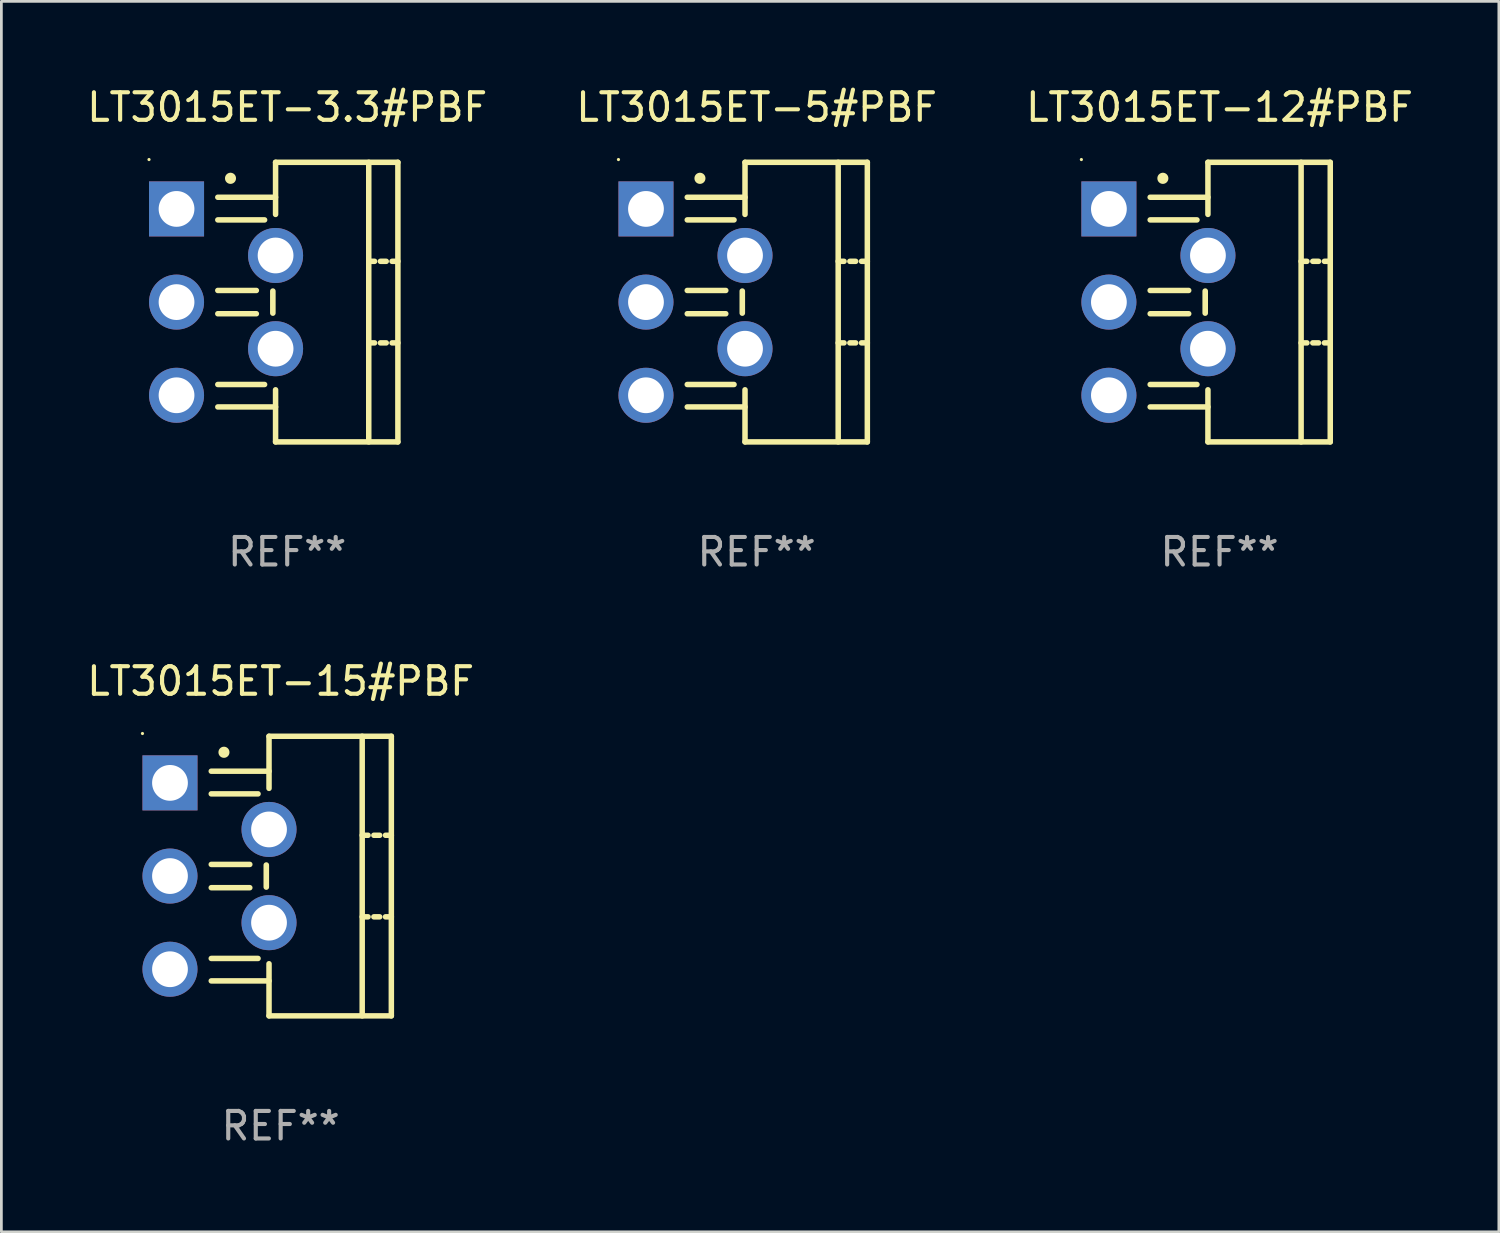
<source format=kicad_pcb>
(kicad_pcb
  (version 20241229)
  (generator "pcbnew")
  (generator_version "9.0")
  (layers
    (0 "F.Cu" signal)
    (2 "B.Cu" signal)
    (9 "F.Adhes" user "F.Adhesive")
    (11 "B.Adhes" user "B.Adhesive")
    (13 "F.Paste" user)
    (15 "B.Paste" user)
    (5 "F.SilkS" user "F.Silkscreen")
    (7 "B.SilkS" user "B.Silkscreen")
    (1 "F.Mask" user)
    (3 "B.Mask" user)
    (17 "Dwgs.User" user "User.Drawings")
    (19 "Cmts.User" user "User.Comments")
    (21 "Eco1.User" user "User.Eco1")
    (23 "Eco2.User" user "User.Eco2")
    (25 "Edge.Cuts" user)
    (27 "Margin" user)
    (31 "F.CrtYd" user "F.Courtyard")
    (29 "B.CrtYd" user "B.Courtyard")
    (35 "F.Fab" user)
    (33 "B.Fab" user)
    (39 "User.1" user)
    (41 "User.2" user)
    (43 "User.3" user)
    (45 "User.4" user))
  (footprint "LT3015ET-15#PBF"
    (layer "F.Cu")
    (at 7.149 28.785)
    (property "Reference" "LT3015ET-15#PBF" (at 0 -7.08 0) (layer "F.SilkS") (effects (font (size 1 1) (thickness 0.15))))
    (attr through_hole)
    (fp_line (start -2.522 -3.81) (end -0.423 -3.81) (stroke (width 0.2) (type solid)) (layer "F.SilkS"))
    (fp_line (start -2.522 -2.987) (end -0.822 -2.987) (stroke (width 0.2) (type solid)) (layer "F.SilkS"))
    (fp_line (start -2.522 -0.423) (end -1.122 -0.423) (stroke (width 0.2) (type solid)) (layer "F.SilkS"))
    (fp_line (start -2.522 0.423) (end -1.122 0.423) (stroke (width 0.2) (type solid)) (layer "F.SilkS"))
    (fp_line (start -2.522 2.994) (end -0.822 2.994) (stroke (width 0.2) (type solid)) (layer "F.SilkS"))
    (fp_line (start -2.522 3.81) (end -0.423 3.81) (stroke (width 0.2) (type solid)) (layer "F.SilkS"))
    (fp_line (start -0.522 0.4) (end -0.522 -0.4) (stroke (width 0.203) (type solid)) (layer "F.SilkS"))
    (fp_line (start -0.423 -5.08) (end 4.022 -5.08) (stroke (width 0.2) (type solid)) (layer "F.SilkS"))
    (fp_line (start -0.423 -3.187) (end -0.423 -5.08) (stroke (width 0.2) (type solid)) (layer "F.SilkS"))
    (fp_line (start -0.423 5.08) (end -0.423 3.187) (stroke (width 0.2) (type solid)) (layer "F.SilkS"))
    (fp_line (start 2.963 -1.482) (end 3.175 -1.482) (stroke (width 0.2) (type solid)) (layer "F.SilkS"))
    (fp_line (start 2.963 1.482) (end 3.175 1.482) (stroke (width 0.2) (type solid)) (layer "F.SilkS"))
    (fp_line (start 2.963 5.08) (end 2.963 -5.08) (stroke (width 0.2) (type solid)) (layer "F.SilkS"))
    (fp_line (start 3.387 -1.482) (end 3.598 -1.482) (stroke (width 0.2) (type solid)) (layer "F.SilkS"))
    (fp_line (start 3.387 1.482) (end 3.598 1.482) (stroke (width 0.2) (type solid)) (layer "F.SilkS"))
    (fp_line (start 3.81 -1.482) (end 4.022 -1.482) (stroke (width 0.2) (type solid)) (layer "F.SilkS"))
    (fp_line (start 3.81 1.482) (end 4.022 1.482) (stroke (width 0.2) (type solid)) (layer "F.SilkS"))
    (fp_line (start 4.022 -5.08) (end 4.022 5.08) (stroke (width 0.2) (type solid)) (layer "F.SilkS"))
    (fp_line (start 4.022 5.08) (end -0.423 5.08) (stroke (width 0.2) (type solid)) (layer "F.SilkS"))
    (fp_arc (start -2.060833 -4.495809) (mid -2.060849 -4.498349) (end -2.060833 -4.500889) (stroke (width 0.4) (type solid)) (layer "F.SilkS"))
    (fp_circle (center -5.022 -5.18) (end -4.992 -5.18) (stroke (width 0.06) (type solid)) (fill no) (layer "F.SilkS"))
    (fp_text user "REF**" (at 0 9.08 0) (layer "F.Fab") (effects (font (size 1 1) (thickness 0.15))))
    (pad "1" thru_hole rect (at -4.022 -3.386 270) (size 2 2) (drill 1.3) (layers "*.Cu" "*.Mask"))
    (pad "2" thru_hole circle (at -0.423 -1.694) (size 2 2) (drill 1.3) (layers "*.Cu" "*.Mask"))
    (pad "3" thru_hole circle (at -4.022 0) (size 2 2) (drill 1.3) (layers "*.Cu" "*.Mask"))
    (pad "4" thru_hole circle (at -0.423 1.694) (size 2 2) (drill 1.3) (layers "*.Cu" "*.Mask"))
    (pad "5" thru_hole circle (at -4.022 3.386) (size 2 2) (drill 1.3) (layers "*.Cu" "*.Mask")))
  (footprint "LT3015ET-3.3#PBF"
    (layer "F.Cu")
    (at 7.387 7.928)
    (property "Reference" "LT3015ET-3.3#PBF" (at 0 -7.08 0) (layer "F.SilkS") (effects (font (size 1 1) (thickness 0.15))))
    (attr through_hole)
    (fp_line (start -2.522 -3.81) (end -0.423 -3.81) (stroke (width 0.2) (type solid)) (layer "F.SilkS"))
    (fp_line (start -2.522 -2.987) (end -0.822 -2.987) (stroke (width 0.2) (type solid)) (layer "F.SilkS"))
    (fp_line (start -2.522 -0.423) (end -1.122 -0.423) (stroke (width 0.2) (type solid)) (layer "F.SilkS"))
    (fp_line (start -2.522 0.423) (end -1.122 0.423) (stroke (width 0.2) (type solid)) (layer "F.SilkS"))
    (fp_line (start -2.522 2.994) (end -0.822 2.994) (stroke (width 0.2) (type solid)) (layer "F.SilkS"))
    (fp_line (start -2.522 3.81) (end -0.423 3.81) (stroke (width 0.2) (type solid)) (layer "F.SilkS"))
    (fp_line (start -0.522 0.4) (end -0.522 -0.4) (stroke (width 0.203) (type solid)) (layer "F.SilkS"))
    (fp_line (start -0.423 -5.08) (end 4.022 -5.08) (stroke (width 0.2) (type solid)) (layer "F.SilkS"))
    (fp_line (start -0.423 -3.187) (end -0.423 -5.08) (stroke (width 0.2) (type solid)) (layer "F.SilkS"))
    (fp_line (start -0.423 5.08) (end -0.423 3.187) (stroke (width 0.2) (type solid)) (layer "F.SilkS"))
    (fp_line (start 2.963 -1.482) (end 3.175 -1.482) (stroke (width 0.2) (type solid)) (layer "F.SilkS"))
    (fp_line (start 2.963 1.482) (end 3.175 1.482) (stroke (width 0.2) (type solid)) (layer "F.SilkS"))
    (fp_line (start 2.963 5.08) (end 2.963 -5.08) (stroke (width 0.2) (type solid)) (layer "F.SilkS"))
    (fp_line (start 3.387 -1.482) (end 3.598 -1.482) (stroke (width 0.2) (type solid)) (layer "F.SilkS"))
    (fp_line (start 3.387 1.482) (end 3.598 1.482) (stroke (width 0.2) (type solid)) (layer "F.SilkS"))
    (fp_line (start 3.81 -1.482) (end 4.022 -1.482) (stroke (width 0.2) (type solid)) (layer "F.SilkS"))
    (fp_line (start 3.81 1.482) (end 4.022 1.482) (stroke (width 0.2) (type solid)) (layer "F.SilkS"))
    (fp_line (start 4.022 -5.08) (end 4.022 5.08) (stroke (width 0.2) (type solid)) (layer "F.SilkS"))
    (fp_line (start 4.022 5.08) (end -0.423 5.08) (stroke (width 0.2) (type solid)) (layer "F.SilkS"))
    (fp_arc (start -2.060833 -4.495809) (mid -2.060849 -4.498349) (end -2.060833 -4.500889) (stroke (width 0.4) (type solid)) (layer "F.SilkS"))
    (fp_circle (center -5.022 -5.18) (end -4.992 -5.18) (stroke (width 0.06) (type solid)) (fill no) (layer "F.SilkS"))
    (fp_text user "REF**" (at 0 9.08 0) (layer "F.Fab") (effects (font (size 1 1) (thickness 0.15))))
    (pad "1" thru_hole rect (at -4.022 -3.386 270) (size 2 2) (drill 1.3) (layers "*.Cu" "*.Mask"))
    (pad "2" thru_hole circle (at -0.423 -1.694) (size 2 2) (drill 1.3) (layers "*.Cu" "*.Mask"))
    (pad "3" thru_hole circle (at -4.022 0) (size 2 2) (drill 1.3) (layers "*.Cu" "*.Mask"))
    (pad "4" thru_hole circle (at -0.423 1.694) (size 2 2) (drill 1.3) (layers "*.Cu" "*.Mask"))
    (pad "5" thru_hole circle (at -4.022 3.386) (size 2 2) (drill 1.3) (layers "*.Cu" "*.Mask")))
  (footprint "LT3015ET-12#PBF"
    (layer "F.Cu")
    (at 41.268 7.928)
    (property "Reference" "LT3015ET-12#PBF" (at 0 -7.08 0) (layer "F.SilkS") (effects (font (size 1 1) (thickness 0.15))))
    (attr through_hole)
    (fp_line (start -2.522 -3.81) (end -0.423 -3.81) (stroke (width 0.2) (type solid)) (layer "F.SilkS"))
    (fp_line (start -2.522 -2.987) (end -0.822 -2.987) (stroke (width 0.2) (type solid)) (layer "F.SilkS"))
    (fp_line (start -2.522 -0.423) (end -1.122 -0.423) (stroke (width 0.2) (type solid)) (layer "F.SilkS"))
    (fp_line (start -2.522 0.423) (end -1.122 0.423) (stroke (width 0.2) (type solid)) (layer "F.SilkS"))
    (fp_line (start -2.522 2.994) (end -0.822 2.994) (stroke (width 0.2) (type solid)) (layer "F.SilkS"))
    (fp_line (start -2.522 3.81) (end -0.423 3.81) (stroke (width 0.2) (type solid)) (layer "F.SilkS"))
    (fp_line (start -0.522 0.4) (end -0.522 -0.4) (stroke (width 0.203) (type solid)) (layer "F.SilkS"))
    (fp_line (start -0.423 -5.08) (end 4.022 -5.08) (stroke (width 0.2) (type solid)) (layer "F.SilkS"))
    (fp_line (start -0.423 -3.187) (end -0.423 -5.08) (stroke (width 0.2) (type solid)) (layer "F.SilkS"))
    (fp_line (start -0.423 5.08) (end -0.423 3.187) (stroke (width 0.2) (type solid)) (layer "F.SilkS"))
    (fp_line (start 2.963 -1.482) (end 3.175 -1.482) (stroke (width 0.2) (type solid)) (layer "F.SilkS"))
    (fp_line (start 2.963 1.482) (end 3.175 1.482) (stroke (width 0.2) (type solid)) (layer "F.SilkS"))
    (fp_line (start 2.963 5.08) (end 2.963 -5.08) (stroke (width 0.2) (type solid)) (layer "F.SilkS"))
    (fp_line (start 3.387 -1.482) (end 3.598 -1.482) (stroke (width 0.2) (type solid)) (layer "F.SilkS"))
    (fp_line (start 3.387 1.482) (end 3.598 1.482) (stroke (width 0.2) (type solid)) (layer "F.SilkS"))
    (fp_line (start 3.81 -1.482) (end 4.022 -1.482) (stroke (width 0.2) (type solid)) (layer "F.SilkS"))
    (fp_line (start 3.81 1.482) (end 4.022 1.482) (stroke (width 0.2) (type solid)) (layer "F.SilkS"))
    (fp_line (start 4.022 -5.08) (end 4.022 5.08) (stroke (width 0.2) (type solid)) (layer "F.SilkS"))
    (fp_line (start 4.022 5.08) (end -0.423 5.08) (stroke (width 0.2) (type solid)) (layer "F.SilkS"))
    (fp_arc (start -2.060833 -4.495809) (mid -2.060849 -4.498349) (end -2.060833 -4.500889) (stroke (width 0.4) (type solid)) (layer "F.SilkS"))
    (fp_circle (center -5.022 -5.18) (end -4.992 -5.18) (stroke (width 0.06) (type solid)) (fill no) (layer "F.SilkS"))
    (fp_text user "REF**" (at 0 9.08 0) (layer "F.Fab") (effects (font (size 1 1) (thickness 0.15))))
    (pad "1" thru_hole rect (at -4.022 -3.386 270) (size 2 2) (drill 1.3) (layers "*.Cu" "*.Mask"))
    (pad "2" thru_hole circle (at -0.423 -1.694) (size 2 2) (drill 1.3) (layers "*.Cu" "*.Mask"))
    (pad "3" thru_hole circle (at -4.022 0) (size 2 2) (drill 1.3) (layers "*.Cu" "*.Mask"))
    (pad "4" thru_hole circle (at -0.423 1.694) (size 2 2) (drill 1.3) (layers "*.Cu" "*.Mask"))
    (pad "5" thru_hole circle (at -4.022 3.386) (size 2 2) (drill 1.3) (layers "*.Cu" "*.Mask")))
  (footprint "LT3015ET-5#PBF"
    (layer "F.Cu")
    (at 24.446 7.928)
    (property "Reference" "LT3015ET-5#PBF" (at 0 -7.08 0) (layer "F.SilkS") (effects (font (size 1 1) (thickness 0.15))))
    (attr through_hole)
    (fp_line (start -2.522 -3.81) (end -0.423 -3.81) (stroke (width 0.2) (type solid)) (layer "F.SilkS"))
    (fp_line (start -2.522 -2.987) (end -0.822 -2.987) (stroke (width 0.2) (type solid)) (layer "F.SilkS"))
    (fp_line (start -2.522 -0.423) (end -1.122 -0.423) (stroke (width 0.2) (type solid)) (layer "F.SilkS"))
    (fp_line (start -2.522 0.423) (end -1.122 0.423) (stroke (width 0.2) (type solid)) (layer "F.SilkS"))
    (fp_line (start -2.522 2.994) (end -0.822 2.994) (stroke (width 0.2) (type solid)) (layer "F.SilkS"))
    (fp_line (start -2.522 3.81) (end -0.423 3.81) (stroke (width 0.2) (type solid)) (layer "F.SilkS"))
    (fp_line (start -0.522 0.4) (end -0.522 -0.4) (stroke (width 0.203) (type solid)) (layer "F.SilkS"))
    (fp_line (start -0.423 -5.08) (end 4.022 -5.08) (stroke (width 0.2) (type solid)) (layer "F.SilkS"))
    (fp_line (start -0.423 -3.187) (end -0.423 -5.08) (stroke (width 0.2) (type solid)) (layer "F.SilkS"))
    (fp_line (start -0.423 5.08) (end -0.423 3.187) (stroke (width 0.2) (type solid)) (layer "F.SilkS"))
    (fp_line (start 2.963 -1.482) (end 3.175 -1.482) (stroke (width 0.2) (type solid)) (layer "F.SilkS"))
    (fp_line (start 2.963 1.482) (end 3.175 1.482) (stroke (width 0.2) (type solid)) (layer "F.SilkS"))
    (fp_line (start 2.963 5.08) (end 2.963 -5.08) (stroke (width 0.2) (type solid)) (layer "F.SilkS"))
    (fp_line (start 3.387 -1.482) (end 3.598 -1.482) (stroke (width 0.2) (type solid)) (layer "F.SilkS"))
    (fp_line (start 3.387 1.482) (end 3.598 1.482) (stroke (width 0.2) (type solid)) (layer "F.SilkS"))
    (fp_line (start 3.81 -1.482) (end 4.022 -1.482) (stroke (width 0.2) (type solid)) (layer "F.SilkS"))
    (fp_line (start 3.81 1.482) (end 4.022 1.482) (stroke (width 0.2) (type solid)) (layer "F.SilkS"))
    (fp_line (start 4.022 -5.08) (end 4.022 5.08) (stroke (width 0.2) (type solid)) (layer "F.SilkS"))
    (fp_line (start 4.022 5.08) (end -0.423 5.08) (stroke (width 0.2) (type solid)) (layer "F.SilkS"))
    (fp_arc (start -2.060833 -4.495809) (mid -2.060849 -4.498349) (end -2.060833 -4.500889) (stroke (width 0.4) (type solid)) (layer "F.SilkS"))
    (fp_circle (center -5.022 -5.18) (end -4.992 -5.18) (stroke (width 0.06) (type solid)) (fill no) (layer "F.SilkS"))
    (fp_text user "REF**" (at 0 9.08 0) (layer "F.Fab") (effects (font (size 1 1) (thickness 0.15))))
    (pad "1" thru_hole rect (at -4.022 -3.386 270) (size 2 2) (drill 1.3) (layers "*.Cu" "*.Mask"))
    (pad "2" thru_hole circle (at -0.423 -1.694) (size 2 2) (drill 1.3) (layers "*.Cu" "*.Mask"))
    (pad "3" thru_hole circle (at -4.022 0) (size 2 2) (drill 1.3) (layers "*.Cu" "*.Mask"))
    (pad "4" thru_hole circle (at -0.423 1.694) (size 2 2) (drill 1.3) (layers "*.Cu" "*.Mask"))
    (pad "5" thru_hole circle (at -4.022 3.386) (size 2 2) (drill 1.3) (layers "*.Cu" "*.Mask")))
  (gr_rect
    (start -3 -3)
    (end 51.417 41.713)
    (stroke (width 0.1) (type default))
    (fill no)
    (layer "Edge.Cuts")))
</source>
